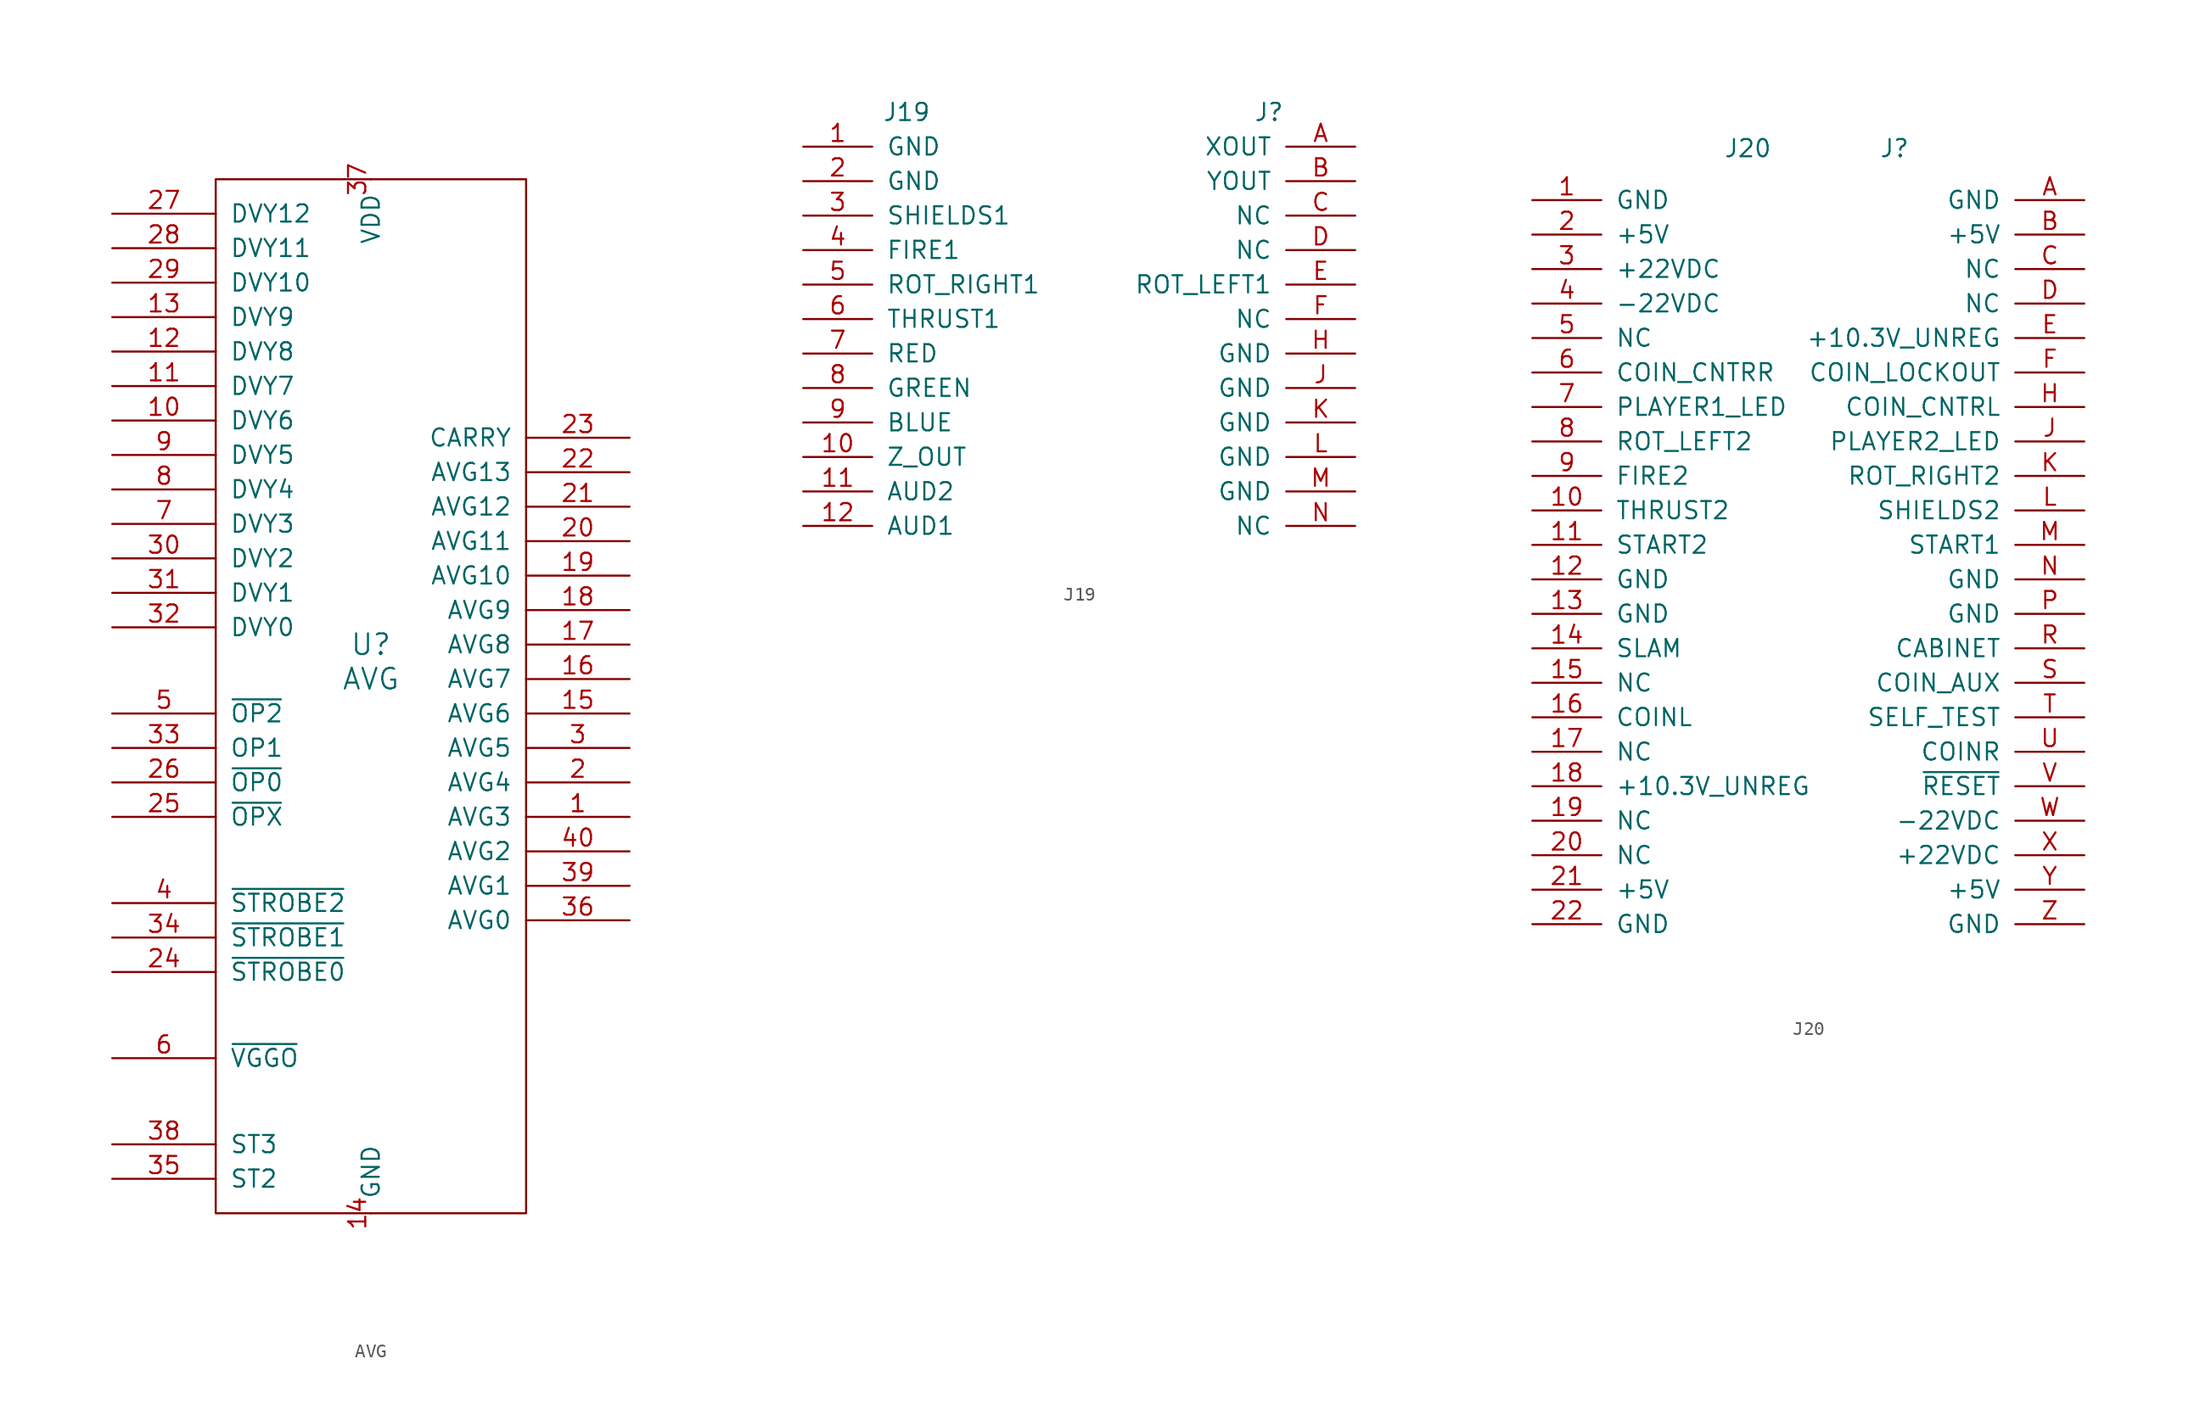
<source format=kicad_sym>
(kicad_symbol_lib
  (version 20211014)
  (generator kicad_symbol_editor)
  (symbol "AVG"
    (pin_names
      (offset 1.016))
    (property "Reference" "U"
      (at 0 1.27 0)
      (effects (font (size 1.524 1.524))))
    (property "Value" "AVG"
      (at 0 -1.27 0)
      (effects (font (size 1.524 1.524))))
    (symbol "AVG_0_1"
      (polyline (pts (xy -11.43 35.56) (xy -11.43 -40.64) (xy 11.43 -40.64) (xy 11.43 35.56) (xy -11.43 35.56)) (stroke (width 0) (type default) (color 0 0 0 0)) (fill (type none))))
    (symbol "AVG_1_1"
      (pin output line (at 19.05 -11.43 180) (length 7.62) (name "AVG3" (effects (font (size 1.27 1.27)))) (number "1" (effects (font (size 1.27 1.27)))))
      (pin input line (at -19.05 17.78 0) (length 7.62) (name "DVY6" (effects (font (size 1.27 1.27)))) (number "10" (effects (font (size 1.27 1.27)))))
      (pin input line (at -19.05 20.32 0) (length 7.62) (name "DVY7" (effects (font (size 1.27 1.27)))) (number "11" (effects (font (size 1.27 1.27)))))
      (pin input line (at -19.05 22.86 0) (length 7.62) (name "DVY8" (effects (font (size 1.27 1.27)))) (number "12" (effects (font (size 1.27 1.27)))))
      (pin input line (at -19.05 25.4 0) (length 7.62) (name "DVY9" (effects (font (size 1.27 1.27)))) (number "13" (effects (font (size 1.27 1.27)))))
      (pin power_in line (at 0 -40.64 90) (length 0) (name "GND" (effects (font (size 1.27 1.27)))) (number "14" (effects (font (size 1.27 1.27)))))
      (pin output line (at 19.05 -3.81 180) (length 7.62) (name "AVG6" (effects (font (size 1.27 1.27)))) (number "15" (effects (font (size 1.27 1.27)))))
      (pin output line (at 19.05 -1.27 180) (length 7.62) (name "AVG7" (effects (font (size 1.27 1.27)))) (number "16" (effects (font (size 1.27 1.27)))))
      (pin output line (at 19.05 1.27 180) (length 7.62) (name "AVG8" (effects (font (size 1.27 1.27)))) (number "17" (effects (font (size 1.27 1.27)))))
      (pin output line (at 19.05 3.81 180) (length 7.62) (name "AVG9" (effects (font (size 1.27 1.27)))) (number "18" (effects (font (size 1.27 1.27)))))
      (pin output line (at 19.05 6.35 180) (length 7.62) (name "AVG10" (effects (font (size 1.27 1.27)))) (number "19" (effects (font (size 1.27 1.27)))))
      (pin output line (at 19.05 -8.89 180) (length 7.62) (name "AVG4" (effects (font (size 1.27 1.27)))) (number "2" (effects (font (size 1.27 1.27)))))
      (pin output line (at 19.05 8.89 180) (length 7.62) (name "AVG11" (effects (font (size 1.27 1.27)))) (number "20" (effects (font (size 1.27 1.27)))))
      (pin output line (at 19.05 11.43 180) (length 7.62) (name "AVG12" (effects (font (size 1.27 1.27)))) (number "21" (effects (font (size 1.27 1.27)))))
      (pin output line (at 19.05 13.97 180) (length 7.62) (name "AVG13" (effects (font (size 1.27 1.27)))) (number "22" (effects (font (size 1.27 1.27)))))
      (pin output line (at 19.05 16.51 180) (length 7.62) (name "CARRY" (effects (font (size 1.27 1.27)))) (number "23" (effects (font (size 1.27 1.27)))))
      (pin input line (at -19.05 -22.86 0) (length 7.62) (name "~{STROBE0}" (effects (font (size 1.27 1.27)))) (number "24" (effects (font (size 1.27 1.27)))))
      (pin input line (at -19.05 -11.43 0) (length 7.62) (name "~{OPX}" (effects (font (size 1.27 1.27)))) (number "25" (effects (font (size 1.27 1.27)))))
      (pin input line (at -19.05 -8.89 0) (length 7.62) (name "~{OP0}" (effects (font (size 1.27 1.27)))) (number "26" (effects (font (size 1.27 1.27)))))
      (pin input line (at -19.05 33.02 0) (length 7.62) (name "DVY12" (effects (font (size 1.27 1.27)))) (number "27" (effects (font (size 1.27 1.27)))))
      (pin input line (at -19.05 30.48 0) (length 7.62) (name "DVY11" (effects (font (size 1.27 1.27)))) (number "28" (effects (font (size 1.27 1.27)))))
      (pin input line (at -19.05 27.94 0) (length 7.62) (name "DVY10" (effects (font (size 1.27 1.27)))) (number "29" (effects (font (size 1.27 1.27)))))
      (pin output line (at 19.05 -6.35 180) (length 7.62) (name "AVG5" (effects (font (size 1.27 1.27)))) (number "3" (effects (font (size 1.27 1.27)))))
      (pin input line (at -19.05 7.62 0) (length 7.62) (name "DVY2" (effects (font (size 1.27 1.27)))) (number "30" (effects (font (size 1.27 1.27)))))
      (pin input line (at -19.05 5.08 0) (length 7.62) (name "DVY1" (effects (font (size 1.27 1.27)))) (number "31" (effects (font (size 1.27 1.27)))))
      (pin input line (at -19.05 2.54 0) (length 7.62) (name "DVY0" (effects (font (size 1.27 1.27)))) (number "32" (effects (font (size 1.27 1.27)))))
      (pin input line (at -19.05 -6.35 0) (length 7.62) (name "OP1" (effects (font (size 1.27 1.27)))) (number "33" (effects (font (size 1.27 1.27)))))
      (pin input line (at -19.05 -20.32 0) (length 7.62) (name "~{STROBE1}" (effects (font (size 1.27 1.27)))) (number "34" (effects (font (size 1.27 1.27)))))
      (pin input line (at -19.05 -38.1 0) (length 7.62) (name "ST2" (effects (font (size 1.27 1.27)))) (number "35" (effects (font (size 1.27 1.27)))))
      (pin output line (at 19.05 -19.05 180) (length 7.62) (name "AVG0" (effects (font (size 1.27 1.27)))) (number "36" (effects (font (size 1.27 1.27)))))
      (pin power_in line (at 0 35.56 270) (length 0) (name "VDD" (effects (font (size 1.27 1.27)))) (number "37" (effects (font (size 1.27 1.27)))))
      (pin input line (at -19.05 -35.56 0) (length 7.62) (name "ST3" (effects (font (size 1.27 1.27)))) (number "38" (effects (font (size 1.27 1.27)))))
      (pin output line (at 19.05 -16.51 180) (length 7.62) (name "AVG1" (effects (font (size 1.27 1.27)))) (number "39" (effects (font (size 1.27 1.27)))))
      (pin input line (at -19.05 -17.78 0) (length 7.62) (name "~{STROBE2}" (effects (font (size 1.27 1.27)))) (number "4" (effects (font (size 1.27 1.27)))))
      (pin output line (at 19.05 -13.97 180) (length 7.62) (name "AVG2" (effects (font (size 1.27 1.27)))) (number "40" (effects (font (size 1.27 1.27)))))
      (pin input line (at -19.05 -3.81 0) (length 7.62) (name "~{OP2}" (effects (font (size 1.27 1.27)))) (number "5" (effects (font (size 1.27 1.27)))))
      (pin input line (at -19.05 -29.21 0) (length 7.62) (name "~{VGGO}" (effects (font (size 1.27 1.27)))) (number "6" (effects (font (size 1.27 1.27)))))
      (pin input line (at -19.05 10.16 0) (length 7.62) (name "DVY3" (effects (font (size 1.27 1.27)))) (number "7" (effects (font (size 1.27 1.27)))))
      (pin input line (at -19.05 12.7 0) (length 7.62) (name "DVY4" (effects (font (size 1.27 1.27)))) (number "8" (effects (font (size 1.27 1.27)))))
      (pin input line (at -19.05 15.24 0) (length 7.62) (name "DVY5" (effects (font (size 1.27 1.27)))) (number "9" (effects (font (size 1.27 1.27)))))))
  (symbol "J19"
    (pin_names
      (offset 1.016))
    (property "Reference" "J"
      (at 15.24 16.51 0)
      (effects (font (size 1.27 1.27))))
    (property "Value" "J19"
      (at -11.43 16.51 0)
      (effects (font (size 1.27 1.27))))
    (symbol "J19_1_1"
      (pin passive line (at -19.05 13.97 0) (length 5.08) (name "GND" (effects (font (size 1.27 1.27)))) (number "1" (effects (font (size 1.27 1.27)))))
      (pin passive line (at -19.05 -8.89 0) (length 5.08) (name "Z_OUT" (effects (font (size 1.27 1.27)))) (number "10" (effects (font (size 1.27 1.27)))))
      (pin passive line (at -19.05 -11.43 0) (length 5.08) (name "AUD2" (effects (font (size 1.27 1.27)))) (number "11" (effects (font (size 1.27 1.27)))))
      (pin passive line (at -19.05 -13.97 0) (length 5.08) (name "AUD1" (effects (font (size 1.27 1.27)))) (number "12" (effects (font (size 1.27 1.27)))))
      (pin passive line (at -19.05 11.43 0) (length 5.08) (name "GND" (effects (font (size 1.27 1.27)))) (number "2" (effects (font (size 1.27 1.27)))))
      (pin passive line (at -19.05 8.89 0) (length 5.08) (name "SHIELDS1" (effects (font (size 1.27 1.27)))) (number "3" (effects (font (size 1.27 1.27)))))
      (pin passive line (at -19.05 6.35 0) (length 5.08) (name "FIRE1" (effects (font (size 1.27 1.27)))) (number "4" (effects (font (size 1.27 1.27)))))
      (pin passive line (at -19.05 3.81 0) (length 5.08) (name "ROT_RIGHT1" (effects (font (size 1.27 1.27)))) (number "5" (effects (font (size 1.27 1.27)))))
      (pin passive line (at -19.05 1.27 0) (length 5.08) (name "THRUST1" (effects (font (size 1.27 1.27)))) (number "6" (effects (font (size 1.27 1.27)))))
      (pin passive line (at -19.05 -1.27 0) (length 5.08) (name "RED" (effects (font (size 1.27 1.27)))) (number "7" (effects (font (size 1.27 1.27)))))
      (pin passive line (at -19.05 -3.81 0) (length 5.08) (name "GREEN" (effects (font (size 1.27 1.27)))) (number "8" (effects (font (size 1.27 1.27)))))
      (pin passive line (at -19.05 -6.35 0) (length 5.08) (name "BLUE" (effects (font (size 1.27 1.27)))) (number "9" (effects (font (size 1.27 1.27)))))
      (pin passive line (at 21.59 13.97 180) (length 5.08) (name "XOUT" (effects (font (size 1.27 1.27)))) (number "A" (effects (font (size 1.27 1.27)))))
      (pin passive line (at 21.59 11.43 180) (length 5.08) (name "YOUT" (effects (font (size 1.27 1.27)))) (number "B" (effects (font (size 1.27 1.27)))))
      (pin passive line (at 21.59 8.89 180) (length 5.08) (name "NC" (effects (font (size 1.27 1.27)))) (number "C" (effects (font (size 1.27 1.27)))))
      (pin passive line (at 21.59 6.35 180) (length 5.08) (name "NC" (effects (font (size 1.27 1.27)))) (number "D" (effects (font (size 1.27 1.27)))))
      (pin passive line (at 21.59 3.81 180) (length 5.08) (name "ROT_LEFT1" (effects (font (size 1.27 1.27)))) (number "E" (effects (font (size 1.27 1.27)))))
      (pin passive line (at 21.59 1.27 180) (length 5.08) (name "NC" (effects (font (size 1.27 1.27)))) (number "F" (effects (font (size 1.27 1.27)))))
      (pin passive line (at 21.59 -1.27 180) (length 5.08) (name "GND" (effects (font (size 1.27 1.27)))) (number "H" (effects (font (size 1.27 1.27)))))
      (pin passive line (at 21.59 -3.81 180) (length 5.08) (name "GND" (effects (font (size 1.27 1.27)))) (number "J" (effects (font (size 1.27 1.27)))))
      (pin passive line (at 21.59 -6.35 180) (length 5.08) (name "GND" (effects (font (size 1.27 1.27)))) (number "K" (effects (font (size 1.27 1.27)))))
      (pin passive line (at 21.59 -8.89 180) (length 5.08) (name "GND" (effects (font (size 1.27 1.27)))) (number "L" (effects (font (size 1.27 1.27)))))
      (pin passive line (at 21.59 -11.43 180) (length 5.08) (name "GND" (effects (font (size 1.27 1.27)))) (number "M" (effects (font (size 1.27 1.27)))))
      (pin passive line (at 21.59 -13.97 180) (length 5.08) (name "NC" (effects (font (size 1.27 1.27)))) (number "N" (effects (font (size 1.27 1.27)))))))
  (symbol "J20"
    (pin_names
      (offset 1.016))
    (property "Reference" "J"
      (at 6.35 26.67 0)
      (effects (font (size 1.27 1.27))))
    (property "Value" "J20"
      (at -4.445 26.67 0)
      (effects (font (size 1.27 1.27))))
    (symbol "J20_1_1"
      (pin passive line (at -20.32 22.86 0) (length 5.08) (name "GND" (effects (font (size 1.27 1.27)))) (number "1" (effects (font (size 1.27 1.27)))))
      (pin passive line (at -20.32 0 0) (length 5.08) (name "THRUST2" (effects (font (size 1.27 1.27)))) (number "10" (effects (font (size 1.27 1.27)))))
      (pin passive line (at -20.32 -2.54 0) (length 5.08) (name "START2" (effects (font (size 1.27 1.27)))) (number "11" (effects (font (size 1.27 1.27)))))
      (pin passive line (at -20.32 -5.08 0) (length 5.08) (name "GND" (effects (font (size 1.27 1.27)))) (number "12" (effects (font (size 1.27 1.27)))))
      (pin passive line (at -20.32 -7.62 0) (length 5.08) (name "GND" (effects (font (size 1.27 1.27)))) (number "13" (effects (font (size 1.27 1.27)))))
      (pin passive line (at -20.32 -10.16 0) (length 5.08) (name "SLAM" (effects (font (size 1.27 1.27)))) (number "14" (effects (font (size 1.27 1.27)))))
      (pin passive line (at -20.32 -12.7 0) (length 5.08) (name "NC" (effects (font (size 1.27 1.27)))) (number "15" (effects (font (size 1.27 1.27)))))
      (pin passive line (at -20.32 -15.24 0) (length 5.08) (name "COINL" (effects (font (size 1.27 1.27)))) (number "16" (effects (font (size 1.27 1.27)))))
      (pin passive line (at -20.32 -17.78 0) (length 5.08) (name "NC" (effects (font (size 1.27 1.27)))) (number "17" (effects (font (size 1.27 1.27)))))
      (pin passive line (at -20.32 -20.32 0) (length 5.08) (name "+10.3V_UNREG" (effects (font (size 1.27 1.27)))) (number "18" (effects (font (size 1.27 1.27)))))
      (pin passive line (at -20.32 -22.86 0) (length 5.08) (name "NC" (effects (font (size 1.27 1.27)))) (number "19" (effects (font (size 1.27 1.27)))))
      (pin passive line (at -20.32 20.32 0) (length 5.08) (name "+5V" (effects (font (size 1.27 1.27)))) (number "2" (effects (font (size 1.27 1.27)))))
      (pin passive line (at -20.32 -25.4 0) (length 5.08) (name "NC" (effects (font (size 1.27 1.27)))) (number "20" (effects (font (size 1.27 1.27)))))
      (pin passive line (at -20.32 -27.94 0) (length 5.08) (name "+5V" (effects (font (size 1.27 1.27)))) (number "21" (effects (font (size 1.27 1.27)))))
      (pin passive line (at -20.32 -30.48 0) (length 5.08) (name "GND" (effects (font (size 1.27 1.27)))) (number "22" (effects (font (size 1.27 1.27)))))
      (pin passive line (at -20.32 17.78 0) (length 5.08) (name "+22VDC" (effects (font (size 1.27 1.27)))) (number "3" (effects (font (size 1.27 1.27)))))
      (pin passive line (at -20.32 15.24 0) (length 5.08) (name "-22VDC" (effects (font (size 1.27 1.27)))) (number "4" (effects (font (size 1.27 1.27)))))
      (pin passive line (at -20.32 12.7 0) (length 5.08) (name "NC" (effects (font (size 1.27 1.27)))) (number "5" (effects (font (size 1.27 1.27)))))
      (pin passive line (at -20.32 10.16 0) (length 5.08) (name "COIN_CNTRR" (effects (font (size 1.27 1.27)))) (number "6" (effects (font (size 1.27 1.27)))))
      (pin passive line (at -20.32 7.62 0) (length 5.08) (name "PLAYER1_LED" (effects (font (size 1.27 1.27)))) (number "7" (effects (font (size 1.27 1.27)))))
      (pin passive line (at -20.32 5.08 0) (length 5.08) (name "ROT_LEFT2" (effects (font (size 1.27 1.27)))) (number "8" (effects (font (size 1.27 1.27)))))
      (pin passive line (at -20.32 2.54 0) (length 5.08) (name "FIRE2" (effects (font (size 1.27 1.27)))) (number "9" (effects (font (size 1.27 1.27)))))
      (pin passive line (at 20.32 22.86 180) (length 5.08) (name "GND" (effects (font (size 1.27 1.27)))) (number "A" (effects (font (size 1.27 1.27)))))
      (pin passive line (at 20.32 20.32 180) (length 5.08) (name "+5V" (effects (font (size 1.27 1.27)))) (number "B" (effects (font (size 1.27 1.27)))))
      (pin passive line (at 20.32 17.78 180) (length 5.08) (name "NC" (effects (font (size 1.27 1.27)))) (number "C" (effects (font (size 1.27 1.27)))))
      (pin passive line (at 20.32 15.24 180) (length 5.08) (name "NC" (effects (font (size 1.27 1.27)))) (number "D" (effects (font (size 1.27 1.27)))))
      (pin passive line (at 20.32 12.7 180) (length 5.08) (name "+10.3V_UNREG" (effects (font (size 1.27 1.27)))) (number "E" (effects (font (size 1.27 1.27)))))
      (pin passive line (at 20.32 10.16 180) (length 5.08) (name "COIN_LOCKOUT" (effects (font (size 1.27 1.27)))) (number "F" (effects (font (size 1.27 1.27)))))
      (pin passive line (at 20.32 7.62 180) (length 5.08) (name "COIN_CNTRL" (effects (font (size 1.27 1.27)))) (number "H" (effects (font (size 1.27 1.27)))))
      (pin passive line (at 20.32 5.08 180) (length 5.08) (name "PLAYER2_LED" (effects (font (size 1.27 1.27)))) (number "J" (effects (font (size 1.27 1.27)))))
      (pin passive line (at 20.32 2.54 180) (length 5.08) (name "ROT_RIGHT2" (effects (font (size 1.27 1.27)))) (number "K" (effects (font (size 1.27 1.27)))))
      (pin passive line (at 20.32 0 180) (length 5.08) (name "SHIELDS2" (effects (font (size 1.27 1.27)))) (number "L" (effects (font (size 1.27 1.27)))))
      (pin passive line (at 20.32 -2.54 180) (length 5.08) (name "START1" (effects (font (size 1.27 1.27)))) (number "M" (effects (font (size 1.27 1.27)))))
      (pin passive line (at 20.32 -5.08 180) (length 5.08) (name "GND" (effects (font (size 1.27 1.27)))) (number "N" (effects (font (size 1.27 1.27)))))
      (pin passive line (at 20.32 -7.62 180) (length 5.08) (name "GND" (effects (font (size 1.27 1.27)))) (number "P" (effects (font (size 1.27 1.27)))))
      (pin passive line (at 20.32 -10.16 180) (length 5.08) (name "CABINET" (effects (font (size 1.27 1.27)))) (number "R" (effects (font (size 1.27 1.27)))))
      (pin passive line (at 20.32 -12.7 180) (length 5.08) (name "COIN_AUX" (effects (font (size 1.27 1.27)))) (number "S" (effects (font (size 1.27 1.27)))))
      (pin passive line (at 20.32 -15.24 180) (length 5.08) (name "SELF_TEST" (effects (font (size 1.27 1.27)))) (number "T" (effects (font (size 1.27 1.27)))))
      (pin passive line (at 20.32 -17.78 180) (length 5.08) (name "COINR" (effects (font (size 1.27 1.27)))) (number "U" (effects (font (size 1.27 1.27)))))
      (pin passive line (at 20.32 -20.32 180) (length 5.08) (name "~{RESET}" (effects (font (size 1.27 1.27)))) (number "V" (effects (font (size 1.27 1.27)))))
      (pin passive line (at 20.32 -22.86 180) (length 5.08) (name "-22VDC" (effects (font (size 1.27 1.27)))) (number "W" (effects (font (size 1.27 1.27)))))
      (pin passive line (at 20.32 -25.4 180) (length 5.08) (name "+22VDC" (effects (font (size 1.27 1.27)))) (number "X" (effects (font (size 1.27 1.27)))))
      (pin passive line (at 20.32 -27.94 180) (length 5.08) (name "+5V" (effects (font (size 1.27 1.27)))) (number "Y" (effects (font (size 1.27 1.27)))))
      (pin passive line (at 20.32 -30.48 180) (length 5.08) (name "GND" (effects (font (size 1.27 1.27)))) (number "Z" (effects (font (size 1.27 1.27))))))))
</source>
